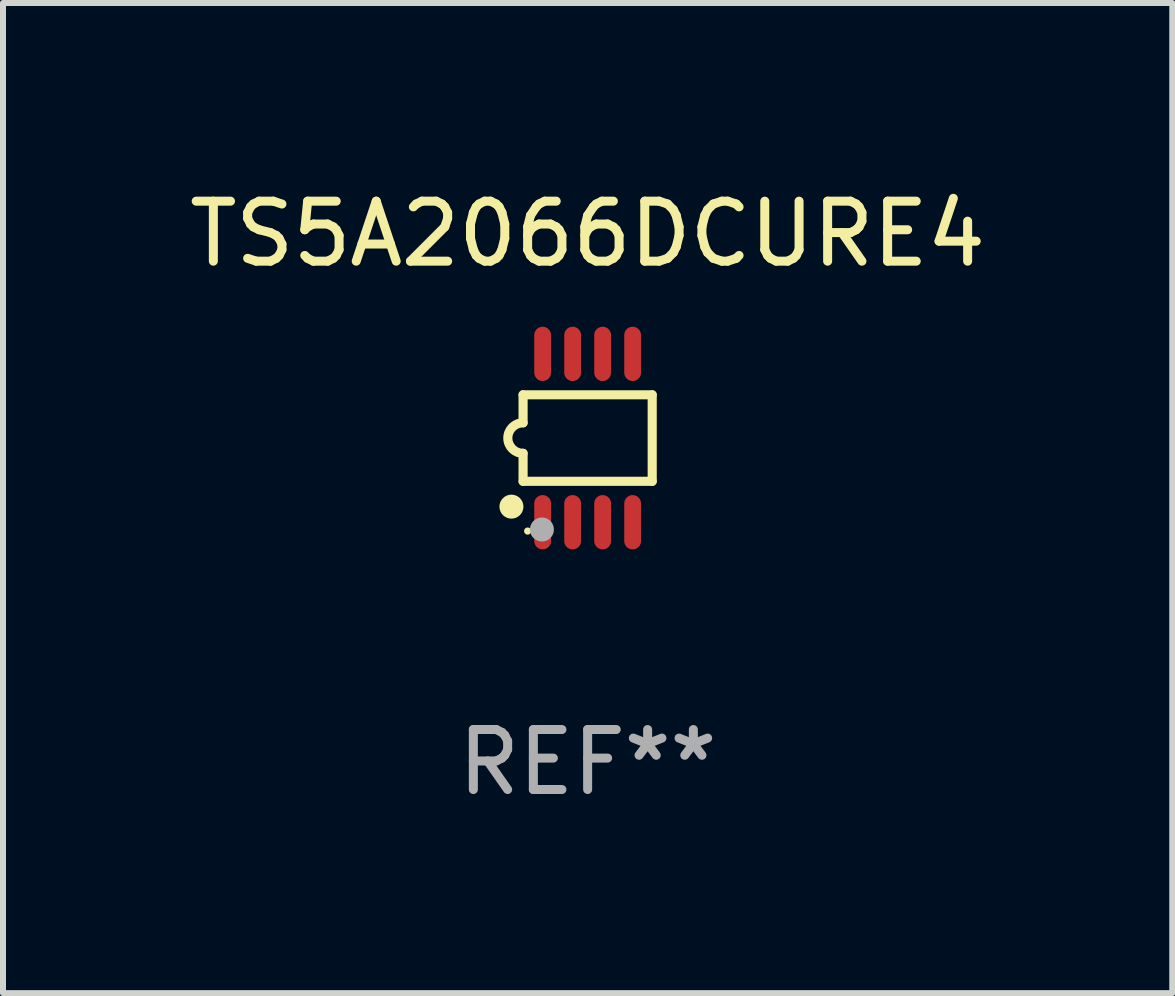
<source format=kicad_pcb>
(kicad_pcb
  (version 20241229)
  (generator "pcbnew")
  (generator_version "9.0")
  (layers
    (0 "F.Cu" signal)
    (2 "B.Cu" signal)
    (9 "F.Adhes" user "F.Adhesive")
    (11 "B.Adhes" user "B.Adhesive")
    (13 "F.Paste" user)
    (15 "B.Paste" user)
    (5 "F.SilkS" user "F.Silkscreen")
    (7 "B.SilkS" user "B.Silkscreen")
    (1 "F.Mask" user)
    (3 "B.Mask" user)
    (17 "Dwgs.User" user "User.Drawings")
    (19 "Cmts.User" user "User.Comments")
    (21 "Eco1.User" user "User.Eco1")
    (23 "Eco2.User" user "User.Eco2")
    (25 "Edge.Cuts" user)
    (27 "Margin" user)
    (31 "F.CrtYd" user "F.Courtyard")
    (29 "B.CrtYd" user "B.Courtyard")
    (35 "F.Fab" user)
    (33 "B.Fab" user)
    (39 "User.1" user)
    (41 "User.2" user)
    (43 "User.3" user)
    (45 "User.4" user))
  (footprint "TS5A2066DCURE4"
    (layer "F.Cu")
    (at 6.744 4.251)
    (property "Reference" "TS5A2066DCURE4" (at 0 -3.403 0) (layer "F.SilkS") (effects (font (size 1 1) (thickness 0.15))))
    (attr through_hole)
    (fp_line (start -1.076 -0.721) (end 1.076 -0.721) (stroke (width 0.152) (type solid)) (layer "F.SilkS"))
    (fp_line (start -1.076 -0.254) (end -1.076 -0.721) (stroke (width 0.152) (type solid)) (layer "F.SilkS"))
    (fp_line (start -1.076 0.254) (end -1.076 0.721) (stroke (width 0.152) (type solid)) (layer "F.SilkS"))
    (fp_line (start 1.076 -0.721) (end 1.076 0.721) (stroke (width 0.152) (type solid)) (layer "F.SilkS"))
    (fp_line (start 1.076 0.721) (end -1.076 0.721) (stroke (width 0.152) (type solid)) (layer "F.SilkS"))
    (fp_arc (start -1.076226 0.254051) (mid -1.330226 0.000051) (end -1.076226 -0.253949) (stroke (width 0.151994) (type solid)) (layer "F.SilkS"))
    (fp_circle (center -1.27 1.143) (end -1.17 1.143) (stroke (width 0.2) (type solid)) (fill no) (layer "F.SilkS"))
    (fp_circle (center -1 1.55) (end -0.97 1.55) (stroke (width 0.06) (type solid)) (fill no) (layer "F.SilkS"))
    (fp_circle (center -0.762 1.524) (end -0.662 1.524) (stroke (width 0.2) (type solid)) (fill no) (layer "F.Fab"))
    (fp_text user "REF**" (at 0 5.403 0) (layer "F.Fab") (effects (font (size 1 1) (thickness 0.15))))
    (pad "1" smd oval (at -0.75 1.403) (size 0.28 0.905) (layers "F.Cu" "F.Mask" "F.Paste"))
    (pad "2" smd oval (at -0.25 1.403) (size 0.28 0.905) (layers "F.Cu" "F.Mask" "F.Paste"))
    (pad "3" smd oval (at 0.25 1.403) (size 0.28 0.905) (layers "F.Cu" "F.Mask" "F.Paste"))
    (pad "4" smd oval (at 0.75 1.403) (size 0.28 0.905) (layers "F.Cu" "F.Mask" "F.Paste"))
    (pad "5" smd oval (at 0.75 -1.403) (size 0.28 0.905) (layers "F.Cu" "F.Mask" "F.Paste"))
    (pad "6" smd oval (at 0.25 -1.403) (size 0.28 0.905) (layers "F.Cu" "F.Mask" "F.Paste"))
    (pad "7" smd oval (at -0.25 -1.403) (size 0.28 0.905) (layers "F.Cu" "F.Mask" "F.Paste"))
    (pad "8" smd oval (at -0.75 -1.403) (size 0.28 0.905) (layers "F.Cu" "F.Mask" "F.Paste")))
  (gr_rect
    (start -3 -3)
    (end 16.488 13.502)
    (stroke (width 0.1) (type default))
    (fill no)
    (layer "Edge.Cuts")))
</source>
